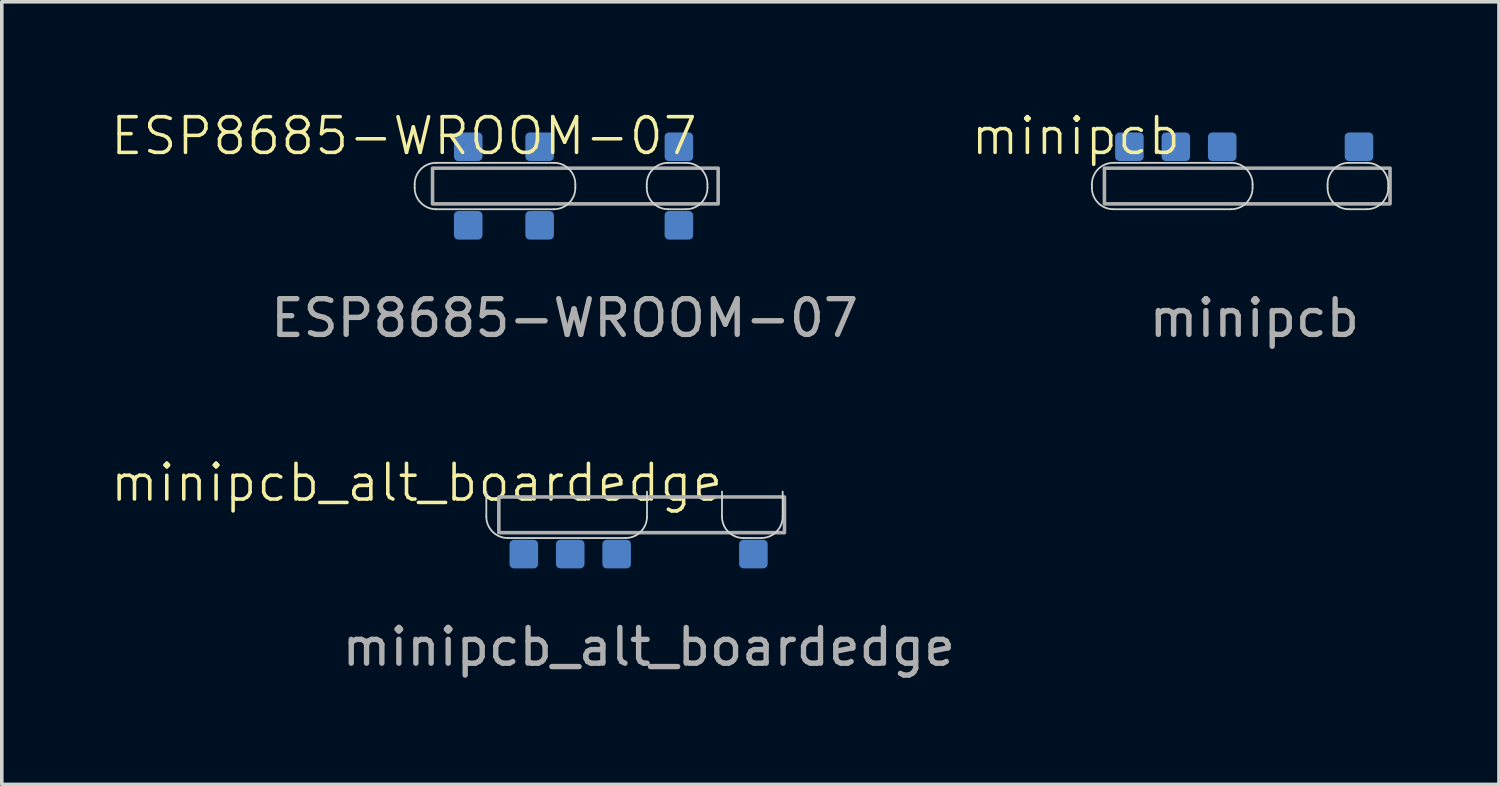
<source format=kicad_pcb>
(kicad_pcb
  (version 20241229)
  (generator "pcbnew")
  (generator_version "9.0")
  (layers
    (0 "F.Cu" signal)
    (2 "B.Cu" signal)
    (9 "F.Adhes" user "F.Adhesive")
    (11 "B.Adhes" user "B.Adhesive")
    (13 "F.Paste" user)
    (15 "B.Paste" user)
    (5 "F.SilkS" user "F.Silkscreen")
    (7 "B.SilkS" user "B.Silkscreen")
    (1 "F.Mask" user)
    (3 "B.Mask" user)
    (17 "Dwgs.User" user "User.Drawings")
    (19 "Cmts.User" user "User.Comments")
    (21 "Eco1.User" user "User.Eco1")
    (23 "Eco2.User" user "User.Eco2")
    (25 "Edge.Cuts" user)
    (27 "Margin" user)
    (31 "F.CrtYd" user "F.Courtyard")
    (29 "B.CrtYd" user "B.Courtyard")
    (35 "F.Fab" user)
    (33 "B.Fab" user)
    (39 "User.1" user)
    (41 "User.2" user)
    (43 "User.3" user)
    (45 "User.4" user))
  (footprint "ESP8685-WROOM-07"
    (layer "F.Cu")
    (at 8.564 2.16)
    (property "Reference" "ESP8685-WROOM-07" (at -0.3 -1.4 0) (unlocked yes) (layer "F.SilkS") (effects (font (size 1 1) (thickness 0.1))))
    (attr smd)
    (fp_line (start 0 0.05) (end 0 -0.05) (stroke (width 0.05) (type default)) (layer "Edge.Cuts"))
    (fp_line (start 0.6 -0.65) (end 3.9 -0.65) (stroke (width 0.05) (type default)) (layer "Edge.Cuts"))
    (fp_line (start 3.9 0.65) (end 0.6 0.65) (stroke (width 0.05) (type default)) (layer "Edge.Cuts"))
    (fp_line (start 4.5 -0.05) (end 4.5 0.05) (stroke (width 0.05) (type default)) (layer "Edge.Cuts"))
    (fp_line (start 6.5 0.05) (end 6.5 -0.05) (stroke (width 0.05) (type default)) (layer "Edge.Cuts"))
    (fp_line (start 7.1 -0.65) (end 7.6 -0.65) (stroke (width 0.05) (type default)) (layer "Edge.Cuts"))
    (fp_line (start 7.6 0.65) (end 7.1 0.65) (stroke (width 0.05) (type default)) (layer "Edge.Cuts"))
    (fp_line (start 8.2 -0.05) (end 8.2 0.05) (stroke (width 0.05) (type default)) (layer "Edge.Cuts"))
    (fp_arc (start 0 -0.05) (mid 0.175736 -0.474264) (end 0.6 -0.65) (stroke (width 0.05) (type default)) (layer "Edge.Cuts"))
    (fp_arc (start 0.6 0.65) (mid 0.175736 0.474264) (end 0 0.05) (stroke (width 0.05) (type default)) (layer "Edge.Cuts"))
    (fp_arc (start 3.9 -0.65) (mid 4.324264 -0.474264) (end 4.5 -0.05) (stroke (width 0.05) (type default)) (layer "Edge.Cuts"))
    (fp_arc (start 4.5 0.05) (mid 4.324264 0.474264) (end 3.9 0.65) (stroke (width 0.05) (type default)) (layer "Edge.Cuts"))
    (fp_arc (start 6.5 -0.05) (mid 6.675736 -0.474264) (end 7.1 -0.65) (stroke (width 0.05) (type default)) (layer "Edge.Cuts"))
    (fp_arc (start 7.1 0.65) (mid 6.675736 0.474264) (end 6.5 0.05) (stroke (width 0.05) (type default)) (layer "Edge.Cuts"))
    (fp_arc (start 7.6 -0.65) (mid 8.024264 -0.474264) (end 8.2 -0.05) (stroke (width 0.05) (type default)) (layer "Edge.Cuts"))
    (fp_arc (start 8.2 0.05) (mid 8.024264 0.474264) (end 7.6 0.65) (stroke (width 0.05) (type default)) (layer "Edge.Cuts"))
    (fp_rect (start 0.5 -0.5) (end 8.5 0.5) (stroke (width 0.1) (type default)) (fill no) (layer "F.Fab"))
    (fp_text user "${REFERENCE}" (at 4.2 3.7 0) (unlocked yes) (layer "F.Fab") (effects (font (size 1 1) (thickness 0.15))))
    (pad "1" smd roundrect (at 1.5 1.1) (size 0.8 0.8) (layers "B.Cu" "B.Mask" "B.Paste") (roundrect_rratio 0.15))
    (pad "2" smd roundrect (at 1.5 -1.1) (size 0.8 0.8) (layers "B.Cu" "B.Mask" "B.Paste") (roundrect_rratio 0.15))
    (pad "3" smd roundrect (at 3.5 1.1) (size 0.8 0.8) (layers "B.Cu" "B.Mask" "B.Paste") (roundrect_rratio 0.15))
    (pad "4" smd roundrect (at 3.5 -1.1) (size 0.8 0.8) (layers "B.Cu" "B.Mask" "B.Paste") (roundrect_rratio 0.15))
    (pad "5" smd roundrect (at 7.4 1.1) (size 0.8 0.8) (layers "B.Cu" "B.Mask" "B.Paste") (roundrect_rratio 0.15))
    (pad "6" smd roundrect (at 7.4 -1.1) (size 0.8 0.8) (layers "B.Cu" "B.Mask" "B.Paste") (roundrect_rratio 0.15)))
  (footprint "minipcb_alt_boardedge"
    (layer "F.Cu")
    (at 10.921 11.369)
    (property "Reference" "minipcb_alt_boardedge" (at -2.3 -0.9 0) (unlocked yes) (layer "F.SilkS") (effects (font (size 1 1) (thickness 0.1))))
    (attr smd)
    (fp_line (start -0.35 0.05) (end -0.35 -0.65) (stroke (width 0.05) (type default)) (layer "Edge.Cuts"))
    (fp_line (start 0.25 0.65) (end 3.55 0.65) (stroke (width 0.05) (type default)) (layer "Edge.Cuts"))
    (fp_line (start 4.15 -0.65) (end 4.15 0.05) (stroke (width 0.05) (type default)) (layer "Edge.Cuts"))
    (fp_line (start 6.25 0.05) (end 6.25 -0.65) (stroke (width 0.05) (type default)) (layer "Edge.Cuts"))
    (fp_line (start 7.35 0.65) (end 6.85 0.65) (stroke (width 0.05) (type default)) (layer "Edge.Cuts"))
    (fp_line (start 7.95 -0.65) (end 7.95 0.05) (stroke (width 0.05) (type default)) (layer "Edge.Cuts"))
    (fp_arc (start 0.25 0.65) (mid -0.174264 0.474264) (end -0.35 0.05) (stroke (width 0.05) (type default)) (layer "Edge.Cuts"))
    (fp_arc (start 4.15 0.05) (mid 3.974264 0.474264) (end 3.55 0.65) (stroke (width 0.05) (type default)) (layer "Edge.Cuts"))
    (fp_arc (start 6.85 0.65) (mid 6.425736 0.474264) (end 6.25 0.05) (stroke (width 0.05) (type default)) (layer "Edge.Cuts"))
    (fp_arc (start 7.95 0.05) (mid 7.774264 0.474264) (end 7.35 0.65) (stroke (width 0.05) (type default)) (layer "Edge.Cuts"))
    (fp_rect (start 0 -0.5) (end 8 0.5) (stroke (width 0.1) (type default)) (fill no) (layer "F.Fab"))
    (fp_text user "${REFERENCE}" (at 4.2 3.7 0) (unlocked yes) (layer "F.Fab") (effects (font (size 1 1) (thickness 0.15))))
    (pad "1" smd roundrect (at 0.7 1.1) (size 0.8 0.8) (layers "B.Cu" "B.Mask" "B.Paste") (roundrect_rratio 0.15))
    (pad "2" smd roundrect (at 2 1.1) (size 0.8 0.8) (layers "B.Cu" "B.Mask" "B.Paste") (roundrect_rratio 0.15))
    (pad "3" smd roundrect (at 3.3 1.1) (size 0.8 0.8) (layers "B.Cu" "B.Mask" "B.Paste") (roundrect_rratio 0.15))
    (pad "4" smd roundrect (at 7.13 1.1) (size 0.8 0.8) (layers "B.Cu" "B.Mask" "B.Paste") (roundrect_rratio 0.15)))
  (footprint "minipcb"
    (layer "F.Cu")
    (at 27.882 2.16)
    (property "Reference" "minipcb" (at -0.8 -1.4 0) (unlocked yes) (layer "F.SilkS") (effects (font (size 1 1) (thickness 0.1))))
    (attr smd)
    (fp_line (start -0.35 0.05) (end -0.35 -0.05) (stroke (width 0.05) (type default)) (layer "Edge.Cuts"))
    (fp_line (start 0.25 -0.65) (end 3.55 -0.65) (stroke (width 0.05) (type default)) (layer "Edge.Cuts"))
    (fp_line (start 3.55 0.65) (end 0.25 0.65) (stroke (width 0.05) (type default)) (layer "Edge.Cuts"))
    (fp_line (start 4.15 -0.05) (end 4.15 0.05) (stroke (width 0.05) (type default)) (layer "Edge.Cuts"))
    (fp_line (start 6.25 0.05) (end 6.25 -0.05) (stroke (width 0.05) (type default)) (layer "Edge.Cuts"))
    (fp_line (start 6.85 -0.65) (end 7.35 -0.65) (stroke (width 0.05) (type default)) (layer "Edge.Cuts"))
    (fp_line (start 7.35 0.65) (end 6.85 0.65) (stroke (width 0.05) (type default)) (layer "Edge.Cuts"))
    (fp_line (start 7.95 -0.05) (end 7.95 0.05) (stroke (width 0.05) (type default)) (layer "Edge.Cuts"))
    (fp_arc (start -0.35 -0.05) (mid -0.174264 -0.474264) (end 0.25 -0.65) (stroke (width 0.05) (type default)) (layer "Edge.Cuts"))
    (fp_arc (start 0.25 0.65) (mid -0.174264 0.474264) (end -0.35 0.05) (stroke (width 0.05) (type default)) (layer "Edge.Cuts"))
    (fp_arc (start 3.55 -0.65) (mid 3.974264 -0.474264) (end 4.15 -0.05) (stroke (width 0.05) (type default)) (layer "Edge.Cuts"))
    (fp_arc (start 4.15 0.05) (mid 3.974264 0.474264) (end 3.55 0.65) (stroke (width 0.05) (type default)) (layer "Edge.Cuts"))
    (fp_arc (start 6.25 -0.05) (mid 6.425736 -0.474264) (end 6.85 -0.65) (stroke (width 0.05) (type default)) (layer "Edge.Cuts"))
    (fp_arc (start 6.85 0.65) (mid 6.425736 0.474264) (end 6.25 0.05) (stroke (width 0.05) (type default)) (layer "Edge.Cuts"))
    (fp_arc (start 7.35 -0.65) (mid 7.774264 -0.474264) (end 7.95 -0.05) (stroke (width 0.05) (type default)) (layer "Edge.Cuts"))
    (fp_arc (start 7.95 0.05) (mid 7.774264 0.474264) (end 7.35 0.65) (stroke (width 0.05) (type default)) (layer "Edge.Cuts"))
    (fp_rect (start 0 -0.5) (end 8 0.5) (stroke (width 0.1) (type default)) (fill no) (layer "F.Fab"))
    (fp_text user "${REFERENCE}" (at 4.2 3.7 0) (unlocked yes) (layer "F.Fab") (effects (font (size 1 1) (thickness 0.15))))
    (pad "1" smd roundrect (at 0.7 -1.1) (size 0.8 0.8) (layers "B.Cu" "B.Mask" "B.Paste") (roundrect_rratio 0.15))
    (pad "2" smd roundrect (at 2 -1.1) (size 0.8 0.8) (layers "B.Cu" "B.Mask" "B.Paste") (roundrect_rratio 0.15))
    (pad "3" smd roundrect (at 3.3 -1.1) (size 0.8 0.8) (layers "B.Cu" "B.Mask" "B.Paste") (roundrect_rratio 0.15))
    (pad "4" smd roundrect (at 7.13 -1.1) (size 0.8 0.8) (layers "B.Cu" "B.Mask" "B.Paste") (roundrect_rratio 0.15)))
  (gr_rect
    (start -3 -3)
    (end 38.932 18.918)
    (stroke (width 0.1) (type default))
    (fill no)
    (layer "Edge.Cuts")))
</source>
